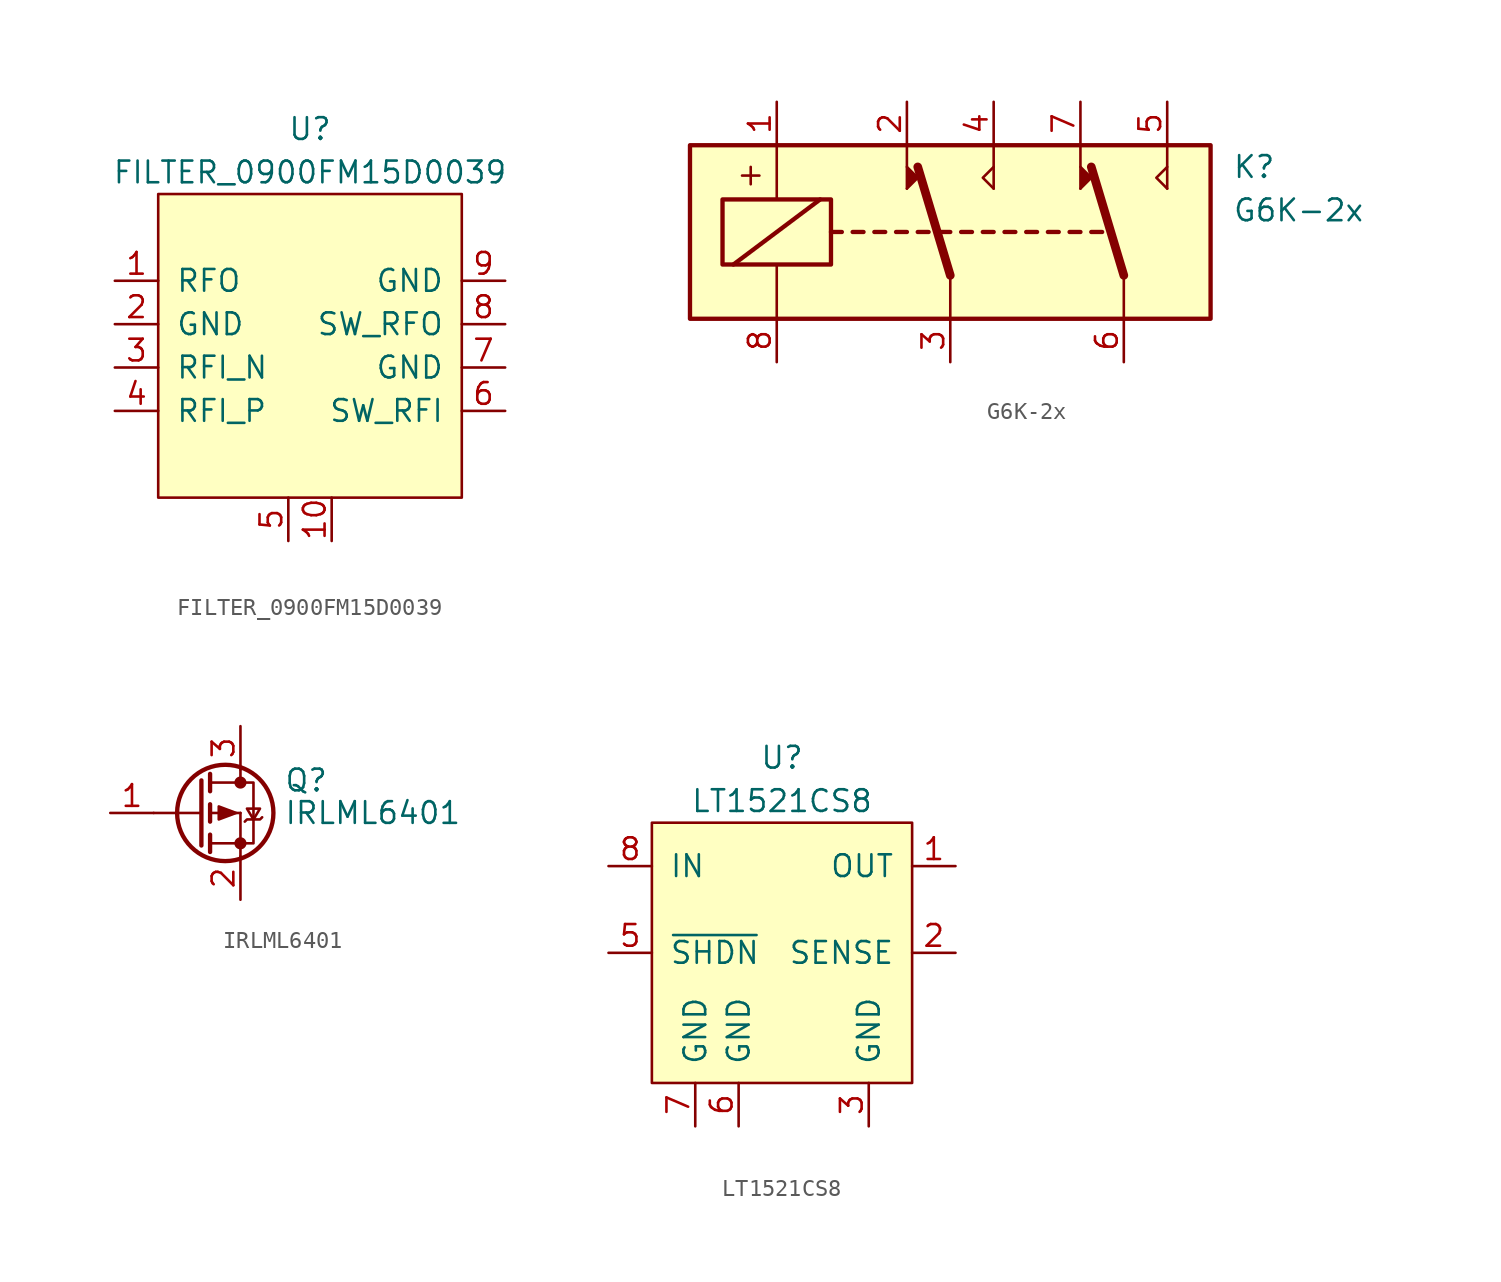
<source format=kicad_sym>
(kicad_symbol_lib
  (version 20211014)
  (generator kicad_symbol_editor)
  (symbol "FILTER_0900FM15D0039"
    (pin_names
      (offset 1.016))
    (property "Reference" "U"
      (at 0 12.7 0)
      (effects (font (size 1.27 1.27))))
    (property "Value" "FILTER_0900FM15D0039"
      (at 0 10.16 0)
      (effects (font (size 1.27 1.27))))
    (symbol "FILTER_0900FM15D0039_0_1"
      (rectangle (start -8.89 8.89) (end 8.89 -8.89) (stroke (width 0) (type default) (color 0 0 0 0)) (fill (type background))))
    (symbol "FILTER_0900FM15D0039_1_1"
      (pin power_in line (at -11.43 3.81 0) (length 2.54) (name "RFO" (effects (font (size 1.27 1.27)))) (number "1" (effects (font (size 1.27 1.27)))))
      (pin power_in line (at 1.27 -11.43 90) (length 2.54) (name "" (effects (font (size 1.27 1.27)))) (number "10" (effects (font (size 1.27 1.27)))))
      (pin power_in line (at -11.43 1.27 0) (length 2.54) (name "GND" (effects (font (size 1.27 1.27)))) (number "2" (effects (font (size 1.27 1.27)))))
      (pin passive line (at -11.43 -1.27 0) (length 2.54) (name "RFI_N" (effects (font (size 1.27 1.27)))) (number "3" (effects (font (size 1.27 1.27)))))
      (pin passive line (at -11.43 -3.81 0) (length 2.54) (name "RFI_P" (effects (font (size 1.27 1.27)))) (number "4" (effects (font (size 1.27 1.27)))))
      (pin power_in line (at -1.27 -11.43 90) (length 2.54) (name "" (effects (font (size 1.27 1.27)))) (number "5" (effects (font (size 1.27 1.27)))))
      (pin passive line (at 11.43 -3.81 180) (length 2.54) (name "SW_RFI" (effects (font (size 1.27 1.27)))) (number "6" (effects (font (size 1.27 1.27)))))
      (pin power_in line (at 11.43 -1.27 180) (length 2.54) (name "GND" (effects (font (size 1.27 1.27)))) (number "7" (effects (font (size 1.27 1.27)))))
      (pin passive line (at 11.43 1.27 180) (length 2.54) (name "SW_RFO" (effects (font (size 1.27 1.27)))) (number "8" (effects (font (size 1.27 1.27)))))
      (pin power_in line (at 11.43 3.81 180) (length 2.54) (name "GND" (effects (font (size 1.27 1.27)))) (number "9" (effects (font (size 1.27 1.27)))))))
  (symbol "G6K-2x"
    (pin_names
      (offset 1.016))
    (property "Reference" "K"
      (at 16.51 3.81 0)
      (effects (font (size 1.27 1.27)) (justify left)))
    (property "Value" "G6K-2x"
      (at 16.51 1.27 0)
      (effects (font (size 1.27 1.27)) (justify left)))
    (symbol "G6K-2x_0_0"
      (polyline (pts (xy -12.192 3.302) (xy -11.176 3.302)) (stroke (width 0) (type default) (color 0 0 0 0)) (fill (type none)))
      (polyline (pts (xy -11.684 3.81) (xy -11.684 2.794)) (stroke (width 0) (type default) (color 0 0 0 0)) (fill (type none))))
    (symbol "G6K-2x_0_1"
      (rectangle (start -15.24 5.08) (end 15.24 -5.08) (stroke (width 0.254) (type default) (color 0 0 0 0)) (fill (type background)))
      (rectangle (start -13.335 1.905) (end -6.985 -1.905) (stroke (width 0.254) (type default) (color 0 0 0 0)) (fill (type none)))
      (polyline (pts (xy -12.7 -1.905) (xy -7.62 1.905)) (stroke (width 0.254) (type default) (color 0 0 0 0)) (fill (type none)))
      (polyline (pts (xy -10.16 -5.08) (xy -10.16 -1.905)) (stroke (width 0) (type default) (color 0 0 0 0)) (fill (type none)))
      (polyline (pts (xy -10.16 5.08) (xy -10.16 1.905)) (stroke (width 0) (type default) (color 0 0 0 0)) (fill (type none)))
      (polyline (pts (xy -6.985 0) (xy -6.35 0)) (stroke (width 0.254) (type default) (color 0 0 0 0)) (fill (type none)))
      (polyline (pts (xy -5.715 0) (xy -5.08 0)) (stroke (width 0.254) (type default) (color 0 0 0 0)) (fill (type none)))
      (polyline (pts (xy -4.445 0) (xy -3.81 0)) (stroke (width 0.254) (type default) (color 0 0 0 0)) (fill (type none)))
      (polyline (pts (xy -3.175 0) (xy -2.54 0)) (stroke (width 0.254) (type default) (color 0 0 0 0)) (fill (type none)))
      (polyline (pts (xy -2.54 2.54) (xy -2.54 5.08)) (stroke (width 0) (type default) (color 0 0 0 0)) (fill (type none)))
      (polyline (pts (xy -1.905 0) (xy -1.27 0)) (stroke (width 0.254) (type default) (color 0 0 0 0)) (fill (type none)))
      (polyline (pts (xy -0.635 0) (xy 0 0)) (stroke (width 0.254) (type default) (color 0 0 0 0)) (fill (type none)))
      (polyline (pts (xy 0 -2.54) (xy -1.905 3.81)) (stroke (width 0.508) (type default) (color 0 0 0 0)) (fill (type none)))
      (polyline (pts (xy 0 -2.54) (xy 0 -5.08)) (stroke (width 0) (type default) (color 0 0 0 0)) (fill (type none)))
      (polyline (pts (xy 0.635 0) (xy 1.27 0)) (stroke (width 0.254) (type default) (color 0 0 0 0)) (fill (type none)))
      (polyline (pts (xy 1.905 0) (xy 2.54 0)) (stroke (width 0.254) (type default) (color 0 0 0 0)) (fill (type none)))
      (polyline (pts (xy 2.54 2.54) (xy 2.54 5.08)) (stroke (width 0) (type default) (color 0 0 0 0)) (fill (type none)))
      (polyline (pts (xy 3.175 0) (xy 3.81 0)) (stroke (width 0.254) (type default) (color 0 0 0 0)) (fill (type none)))
      (polyline (pts (xy 4.445 0) (xy 5.08 0)) (stroke (width 0.254) (type default) (color 0 0 0 0)) (fill (type none)))
      (polyline (pts (xy 5.715 0) (xy 6.35 0)) (stroke (width 0.254) (type default) (color 0 0 0 0)) (fill (type none)))
      (polyline (pts (xy 6.985 0) (xy 7.62 0)) (stroke (width 0.254) (type default) (color 0 0 0 0)) (fill (type none)))
      (polyline (pts (xy 7.62 2.54) (xy 7.62 5.08)) (stroke (width 0) (type default) (color 0 0 0 0)) (fill (type none)))
      (polyline (pts (xy 8.255 0) (xy 8.89 0)) (stroke (width 0.254) (type default) (color 0 0 0 0)) (fill (type none)))
      (polyline (pts (xy 10.16 -2.54) (xy 8.255 3.81)) (stroke (width 0.508) (type default) (color 0 0 0 0)) (fill (type none)))
      (polyline (pts (xy 10.16 -2.54) (xy 10.16 -5.08)) (stroke (width 0) (type default) (color 0 0 0 0)) (fill (type none)))
      (polyline (pts (xy 12.7 2.54) (xy 12.7 5.08)) (stroke (width 0) (type default) (color 0 0 0 0)) (fill (type none)))
      (polyline (pts (xy -2.54 2.54) (xy -1.905 3.175) (xy -2.54 3.81)) (stroke (width 0) (type default) (color 0 0 0 0)) (fill (type outline)))
      (polyline (pts (xy 2.54 2.54) (xy 1.905 3.175) (xy 2.54 3.81)) (stroke (width 0) (type default) (color 0 0 0 0)) (fill (type none)))
      (polyline (pts (xy 7.62 2.54) (xy 8.255 3.175) (xy 7.62 3.81)) (stroke (width 0) (type default) (color 0 0 0 0)) (fill (type outline)))
      (polyline (pts (xy 12.7 2.54) (xy 12.065 3.175) (xy 12.7 3.81)) (stroke (width 0) (type default) (color 0 0 0 0)) (fill (type none))))
    (symbol "G6K-2x_1_1"
      (pin passive line (at -10.16 7.62 270) (length 2.54) (name "~" (effects (font (size 1.27 1.27)))) (number "1" (effects (font (size 1.27 1.27)))))
      (pin passive line (at -2.54 7.62 270) (length 2.54) (name "~" (effects (font (size 1.27 1.27)))) (number "2" (effects (font (size 1.27 1.27)))))
      (pin passive line (at 0 -7.62 90) (length 2.54) (name "~" (effects (font (size 1.27 1.27)))) (number "3" (effects (font (size 1.27 1.27)))))
      (pin passive line (at 2.54 7.62 270) (length 2.54) (name "~" (effects (font (size 1.27 1.27)))) (number "4" (effects (font (size 1.27 1.27)))))
      (pin passive line (at 12.7 7.62 270) (length 2.54) (name "~" (effects (font (size 1.27 1.27)))) (number "5" (effects (font (size 1.27 1.27)))))
      (pin passive line (at 10.16 -7.62 90) (length 2.54) (name "~" (effects (font (size 1.27 1.27)))) (number "6" (effects (font (size 1.27 1.27)))))
      (pin passive line (at 7.62 7.62 270) (length 2.54) (name "~" (effects (font (size 1.27 1.27)))) (number "7" (effects (font (size 1.27 1.27)))))
      (pin passive line (at -10.16 -7.62 90) (length 2.54) (name "~" (effects (font (size 1.27 1.27)))) (number "8" (effects (font (size 1.27 1.27)))))))
  (symbol "IRLML6401"
    (pin_names
      (offset 0) hide)
    (property "Reference" "Q"
      (at 5.08 1.905 0)
      (effects (font (size 1.27 1.27)) (justify left)))
    (property "Value" "IRLML6401"
      (at 5.08 0 0)
      (effects (font (size 1.27 1.27)) (justify left)))
    (symbol "IRLML6401_0_1"
      (polyline (pts (xy -2.54 0) (xy 0.254 0)) (stroke (width 0) (type default) (color 0 0 0 0)) (fill (type none)))
      (polyline (pts (xy 0.762 -1.778) (xy 2.54 -1.778)) (stroke (width 0) (type default) (color 0 0 0 0)) (fill (type none)))
      (polyline (pts (xy 0.762 -1.27) (xy 0.762 -2.286)) (stroke (width 0.254) (type default) (color 0 0 0 0)) (fill (type none)))
      (polyline (pts (xy 0.762 0) (xy 2.54 0)) (stroke (width 0) (type default) (color 0 0 0 0)) (fill (type none)))
      (polyline (pts (xy 0.762 0.508) (xy 0.762 -0.508)) (stroke (width 0.254) (type default) (color 0 0 0 0)) (fill (type none)))
      (polyline (pts (xy 0.762 1.778) (xy 2.54 1.778)) (stroke (width 0) (type default) (color 0 0 0 0)) (fill (type none)))
      (polyline (pts (xy 0.762 2.286) (xy 0.762 1.27)) (stroke (width 0.254) (type default) (color 0 0 0 0)) (fill (type none)))
      (polyline (pts (xy 2.54 -1.778) (xy 2.54 -2.54)) (stroke (width 0) (type default) (color 0 0 0 0)) (fill (type none)))
      (polyline (pts (xy 2.54 -1.778) (xy 2.54 0)) (stroke (width 0) (type default) (color 0 0 0 0)) (fill (type none)))
      (polyline (pts (xy 2.54 2.54) (xy 2.54 1.778)) (stroke (width 0) (type default) (color 0 0 0 0)) (fill (type none)))
      (polyline (pts (xy 0.254 1.905) (xy 0.254 -1.905) (xy 0.254 -1.905)) (stroke (width 0.254) (type default) (color 0 0 0 0)) (fill (type none)))
      (polyline (pts (xy 2.286 0) (xy 1.27 -0.381) (xy 1.27 0.381) (xy 2.286 0)) (stroke (width 0) (type default) (color 0 0 0 0)) (fill (type outline)))
      (polyline (pts (xy 2.54 -1.778) (xy 3.302 -1.778) (xy 3.302 1.778) (xy 2.54 1.778)) (stroke (width 0) (type default) (color 0 0 0 0)) (fill (type none)))
      (polyline (pts (xy 2.794 -0.508) (xy 2.921 -0.381) (xy 3.683 -0.381) (xy 3.81 -0.254)) (stroke (width 0) (type default) (color 0 0 0 0)) (fill (type none)))
      (polyline (pts (xy 3.302 -0.381) (xy 2.921 0.254) (xy 3.683 0.254) (xy 3.302 -0.381)) (stroke (width 0) (type default) (color 0 0 0 0)) (fill (type none)))
      (circle (center 1.651 0) (radius 2.819) (stroke (width 0.254) (type default) (color 0 0 0 0)) (fill (type none)))
      (circle (center 2.54 -1.778) (radius 0.279) (stroke (width 0) (type default) (color 0 0 0 0)) (fill (type outline)))
      (circle (center 2.54 1.778) (radius 0.279) (stroke (width 0) (type default) (color 0 0 0 0)) (fill (type outline))))
    (symbol "IRLML6401_1_1"
      (pin input line (at -5.08 0 0) (length 2.54) (name "G" (effects (font (size 1.27 1.27)))) (number "1" (effects (font (size 1.27 1.27)))))
      (pin passive line (at 2.54 -5.08 90) (length 2.54) (name "S" (effects (font (size 1.27 1.27)))) (number "2" (effects (font (size 1.27 1.27)))))
      (pin passive line (at 2.54 5.08 270) (length 2.54) (name "D" (effects (font (size 1.27 1.27)))) (number "3" (effects (font (size 1.27 1.27)))))))
  (symbol "LT1521CS8"
    (pin_names
      (offset 1.016))
    (property "Reference" "U"
      (at 0 11.43 0)
      (effects (font (size 1.27 1.27))))
    (property "Value" "LT1521CS8"
      (at 0 8.89 0)
      (effects (font (size 1.27 1.27))))
    (symbol "LT1521CS8_0_1"
      (rectangle (start 7.62 7.62) (end -7.62 -7.62) (stroke (width 0) (type default) (color 0 0 0 0)) (fill (type background))))
    (symbol "LT1521CS8_1_1"
      (pin power_out line (at 10.16 5.08 180) (length 2.54) (name "OUT" (effects (font (size 1.27 1.27)))) (number "1" (effects (font (size 1.27 1.27)))))
      (pin power_in line (at 10.16 0 180) (length 2.54) (name "SENSE" (effects (font (size 1.27 1.27)))) (number "2" (effects (font (size 1.27 1.27)))))
      (pin power_in line (at 5.08 -10.16 90) (length 2.54) (name "GND" (effects (font (size 1.27 1.27)))) (number "3" (effects (font (size 1.27 1.27)))))
      (pin input line (at -10.16 0 0) (length 2.54) (name "~{SHDN}" (effects (font (size 1.27 1.27)))) (number "5" (effects (font (size 1.27 1.27)))))
      (pin power_in line (at -2.54 -10.16 90) (length 2.54) (name "GND" (effects (font (size 1.27 1.27)))) (number "6" (effects (font (size 1.27 1.27)))))
      (pin power_in line (at -5.08 -10.16 90) (length 2.54) (name "GND" (effects (font (size 1.27 1.27)))) (number "7" (effects (font (size 1.27 1.27)))))
      (pin power_in line (at -10.16 5.08 0) (length 2.54) (name "IN" (effects (font (size 1.27 1.27)))) (number "8" (effects (font (size 1.27 1.27))))))))
</source>
